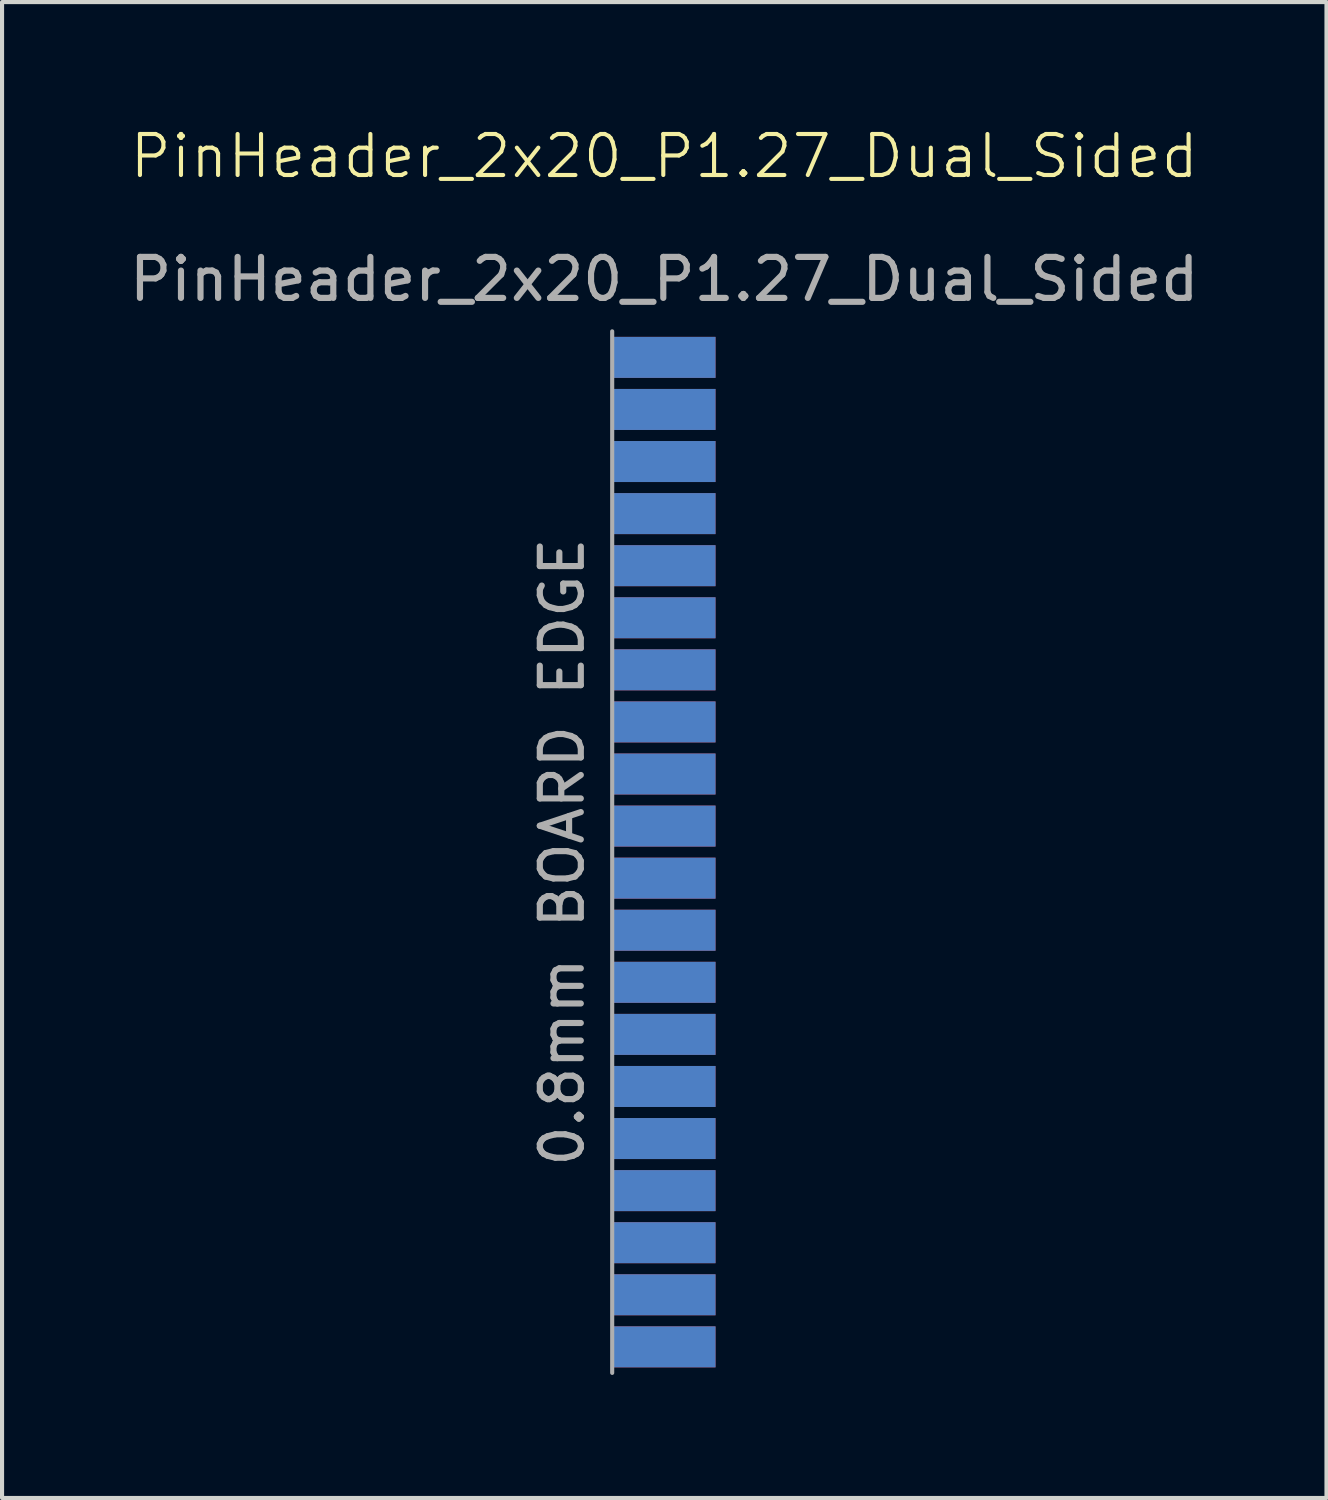
<source format=kicad_pcb>
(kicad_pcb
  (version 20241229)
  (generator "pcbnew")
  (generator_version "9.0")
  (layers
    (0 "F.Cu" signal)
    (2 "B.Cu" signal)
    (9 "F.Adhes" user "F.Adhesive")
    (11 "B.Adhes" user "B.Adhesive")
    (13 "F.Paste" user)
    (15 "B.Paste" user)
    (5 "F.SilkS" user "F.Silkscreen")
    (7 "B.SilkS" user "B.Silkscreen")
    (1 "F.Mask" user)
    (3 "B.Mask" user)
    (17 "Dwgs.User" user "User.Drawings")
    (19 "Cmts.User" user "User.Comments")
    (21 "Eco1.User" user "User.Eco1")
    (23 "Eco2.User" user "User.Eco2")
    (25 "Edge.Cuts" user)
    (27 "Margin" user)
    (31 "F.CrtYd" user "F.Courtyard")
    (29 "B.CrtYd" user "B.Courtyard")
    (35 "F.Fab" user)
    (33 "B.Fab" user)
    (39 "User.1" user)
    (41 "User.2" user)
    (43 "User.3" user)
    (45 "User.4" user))
  (footprint "PinHeader_2x20_P1.27_Dual_Sided"
    (layer "F.Cu")
    (at 13.149 17.73)
    (property "Reference" "PinHeader_2x20_P1.27_Dual_Sided" (at 0 -16.97 0) (unlocked yes) (layer "F.SilkS") (effects (font (size 1 1) (thickness 0.1))))
    (attr smd)
    (fp_line (start -1.27 -12.7) (end -1.27 12.7) (stroke (width 0.1) (type default)) (layer "F.Fab"))
    (fp_text user "${REFERENCE}" (at 0 -13.97 0) (unlocked yes) (layer "F.Fab") (effects (font (size 1 1) (thickness 0.15))))
    (fp_text user "0.8mm BOARD EDGE" (at -1.905 0 90) (unlocked yes) (layer "F.Fab") (effects (font (size 1 1) (thickness 0.15)) (justify bottom)))
    (pad "1" smd rect (at 0 -12.065 180) (size 2.5 1) (layers "F.Cu" "F.Mask" "F.Paste"))
    (pad "2" smd rect (at 0 -12.065 180) (size 2.5 1) (layers "B.Cu" "B.Mask" "B.Paste"))
    (pad "3" smd rect (at 0 -10.795 180) (size 2.5 1) (layers "F.Cu" "F.Mask" "F.Paste"))
    (pad "4" smd rect (at 0 -10.795 180) (size 2.5 1) (layers "B.Cu" "B.Mask" "B.Paste"))
    (pad "5" smd rect (at 0 -9.525 180) (size 2.5 1) (layers "F.Cu" "F.Mask" "F.Paste"))
    (pad "6" smd rect (at 0 -9.525 180) (size 2.5 1) (layers "B.Cu" "B.Mask" "B.Paste"))
    (pad "7" smd rect (at 0 -8.255 180) (size 2.5 1) (layers "F.Cu" "F.Mask" "F.Paste"))
    (pad "8" smd rect (at 0 -8.255 180) (size 2.5 1) (layers "B.Cu" "B.Mask" "B.Paste"))
    (pad "9" smd rect (at 0 -6.985 180) (size 2.5 1) (layers "F.Cu" "F.Mask" "F.Paste"))
    (pad "10" smd rect (at 0 -6.985 180) (size 2.5 1) (layers "B.Cu" "B.Mask" "B.Paste"))
    (pad "11" smd rect (at 0 -5.715 180) (size 2.5 1) (layers "F.Cu" "F.Mask" "F.Paste"))
    (pad "12" smd rect (at 0 -5.715 180) (size 2.5 1) (layers "B.Cu" "B.Mask" "B.Paste"))
    (pad "13" smd rect (at 0 -4.445 180) (size 2.5 1) (layers "F.Cu" "F.Mask" "F.Paste"))
    (pad "14" smd rect (at 0 -4.445 180) (size 2.5 1) (layers "B.Cu" "B.Mask" "B.Paste"))
    (pad "15" smd rect (at 0 -3.175 180) (size 2.5 1) (layers "F.Cu" "F.Mask" "F.Paste"))
    (pad "16" smd rect (at 0 -3.175 180) (size 2.5 1) (layers "B.Cu" "B.Mask" "B.Paste"))
    (pad "17" smd rect (at 0 -1.905 180) (size 2.5 1) (layers "F.Cu" "F.Mask" "F.Paste"))
    (pad "18" smd rect (at 0 -1.905 180) (size 2.5 1) (layers "B.Cu" "B.Mask" "B.Paste"))
    (pad "19" smd rect (at 0 -0.635 180) (size 2.5 1) (layers "F.Cu" "F.Mask" "F.Paste"))
    (pad "20" smd rect (at 0 -0.635 180) (size 2.5 1) (layers "B.Cu" "B.Mask" "B.Paste"))
    (pad "21" smd rect (at 0 0.635 180) (size 2.5 1) (layers "F.Cu" "F.Mask" "F.Paste"))
    (pad "22" smd rect (at 0 0.635 180) (size 2.5 1) (layers "B.Cu" "B.Mask" "B.Paste"))
    (pad "23" smd rect (at 0 1.905 180) (size 2.5 1) (layers "F.Cu" "F.Mask" "F.Paste"))
    (pad "24" smd rect (at 0 1.905 180) (size 2.5 1) (layers "B.Cu" "B.Mask" "B.Paste"))
    (pad "25" smd rect (at 0 3.175 180) (size 2.5 1) (layers "F.Cu" "F.Mask" "F.Paste"))
    (pad "26" smd rect (at 0 3.175 180) (size 2.5 1) (layers "B.Cu" "B.Mask" "B.Paste"))
    (pad "27" smd rect (at 0 4.445 180) (size 2.5 1) (layers "F.Cu" "F.Mask" "F.Paste"))
    (pad "28" smd rect (at 0 4.445 180) (size 2.5 1) (layers "B.Cu" "B.Mask" "B.Paste"))
    (pad "29" smd rect (at 0 5.715 180) (size 2.5 1) (layers "F.Cu" "F.Mask" "F.Paste"))
    (pad "30" smd rect (at 0 5.715 180) (size 2.5 1) (layers "B.Cu" "B.Mask" "B.Paste"))
    (pad "31" smd rect (at 0 6.985 180) (size 2.5 1) (layers "F.Cu" "F.Mask" "F.Paste"))
    (pad "32" smd rect (at 0 6.985 180) (size 2.5 1) (layers "B.Cu" "B.Mask" "B.Paste"))
    (pad "33" smd rect (at 0 8.255 180) (size 2.5 1) (layers "F.Cu" "F.Mask" "F.Paste"))
    (pad "34" smd rect (at 0 8.255 180) (size 2.5 1) (layers "B.Cu" "B.Mask" "B.Paste"))
    (pad "35" smd rect (at 0 9.525 180) (size 2.5 1) (layers "F.Cu" "F.Mask" "F.Paste"))
    (pad "36" smd rect (at 0 9.525 180) (size 2.5 1) (layers "B.Cu" "B.Mask" "B.Paste"))
    (pad "37" smd rect (at 0 10.795 180) (size 2.5 1) (layers "F.Cu" "F.Mask" "F.Paste"))
    (pad "38" smd rect (at 0 10.795 180) (size 2.5 1) (layers "B.Cu" "B.Mask" "B.Paste"))
    (pad "39" smd rect (at 0 12.065 180) (size 2.5 1) (layers "F.Cu" "F.Mask" "F.Paste"))
    (pad "40" smd rect (at 0 12.065 180) (size 2.5 1) (layers "B.Cu" "B.Mask" "B.Paste")))
  (gr_rect
    (start -3 -3)
    (end 29.298 33.48)
    (stroke (width 0.1) (type default))
    (fill no)
    (layer "Edge.Cuts")))
</source>
